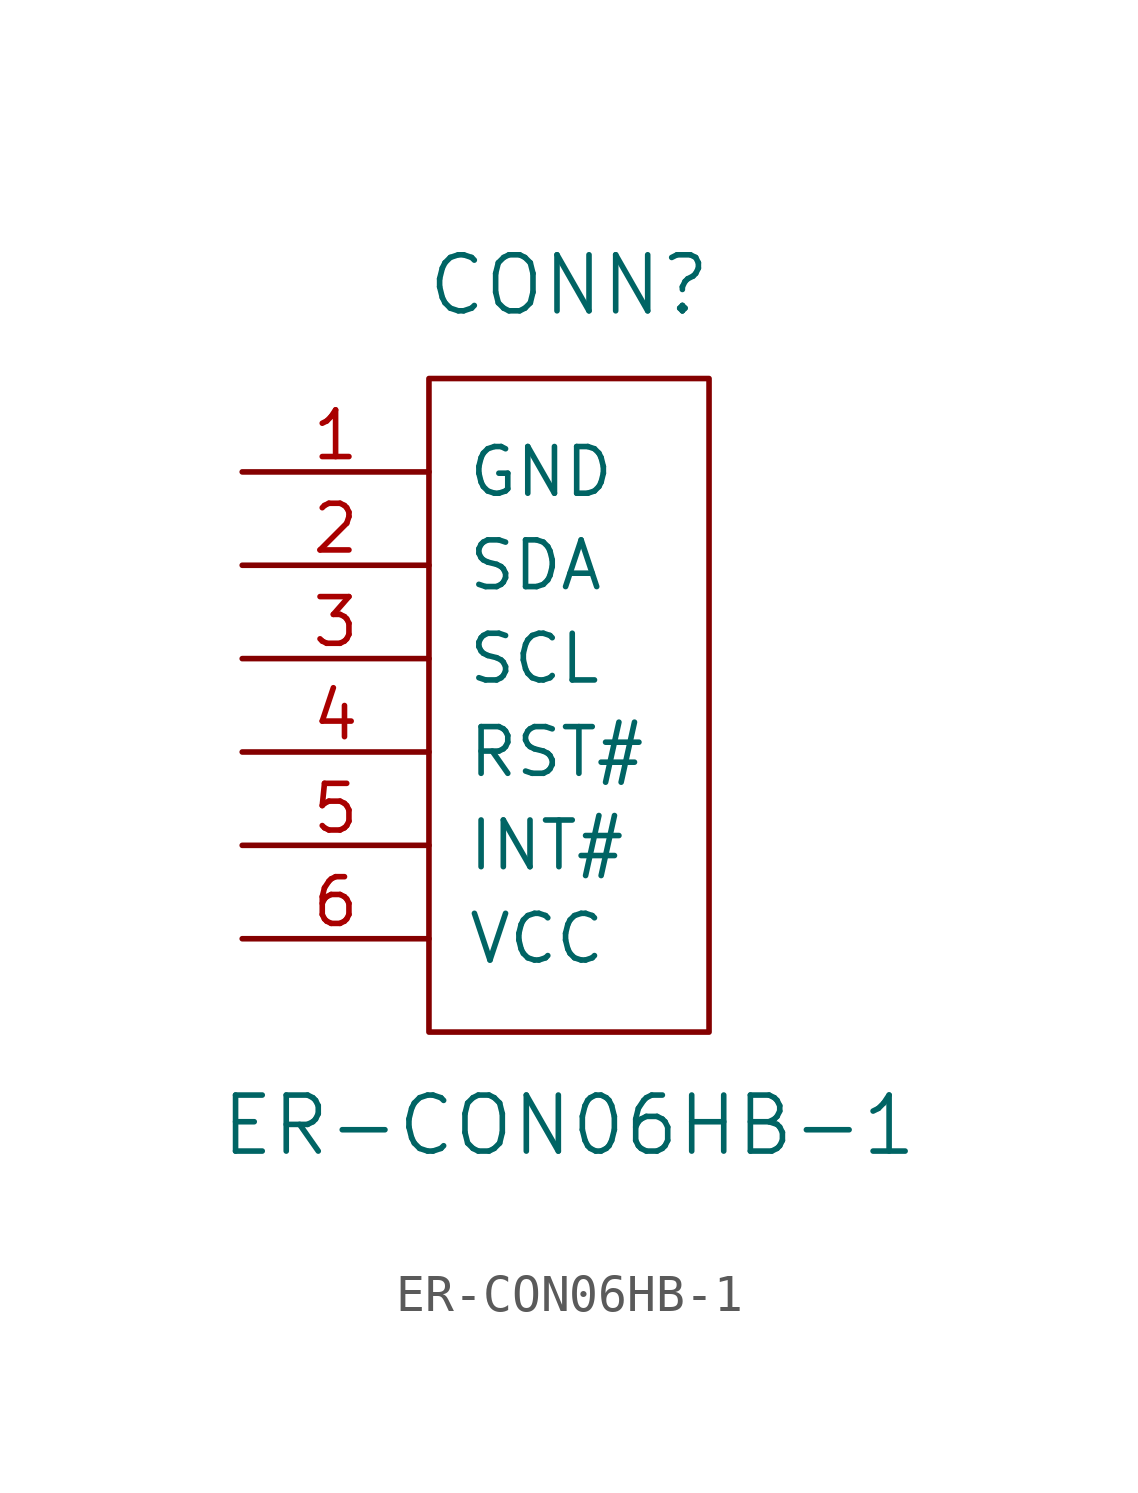
<source format=kicad_sym>
(kicad_symbol_lib
  (version 20231120)
  (generator "kicad_symbol_editor")
  (generator_version "8.0")
  (symbol "ER-CON06HB-1"
    (pin_names
      (offset 1.016))
    (property "Reference" "CONN"
      (at 0 13.97 0)
      (effects (font (size 1.524 1.524))))
    (property "Value" "ER-CON06HB-1"
      (at 0 -8.89 0)
      (effects (font (size 1.524 1.524))))
    (symbol "ER-CON06HB-1_0_1"
      (rectangle (start -3.81 11.43) (end 3.81 -6.35) (stroke (width 0) (type solid)) (fill (type none))))
    (symbol "ER-CON06HB-1_1_1"
      (pin power_in line (at -8.89 8.89 0) (length 5.08) (name "GND" (effects (font (size 1.27 1.27)))) (number "1" (effects (font (size 1.27 1.27)))))
      (pin bidirectional line (at -8.89 6.35 0) (length 5.08) (name "SDA" (effects (font (size 1.27 1.27)))) (number "2" (effects (font (size 1.27 1.27)))))
      (pin bidirectional line (at -8.89 3.81 0) (length 5.08) (name "SCL" (effects (font (size 1.27 1.27)))) (number "3" (effects (font (size 1.27 1.27)))))
      (pin input line (at -8.89 1.27 0) (length 5.08) (name "RST#" (effects (font (size 1.27 1.27)))) (number "4" (effects (font (size 1.27 1.27)))))
      (pin output line (at -8.89 -1.27 0) (length 5.08) (name "INT#" (effects (font (size 1.27 1.27)))) (number "5" (effects (font (size 1.27 1.27)))))
      (pin power_in line (at -8.89 -3.81 0) (length 5.08) (name "VCC" (effects (font (size 1.27 1.27)))) (number "6" (effects (font (size 1.27 1.27))))))))
</source>
